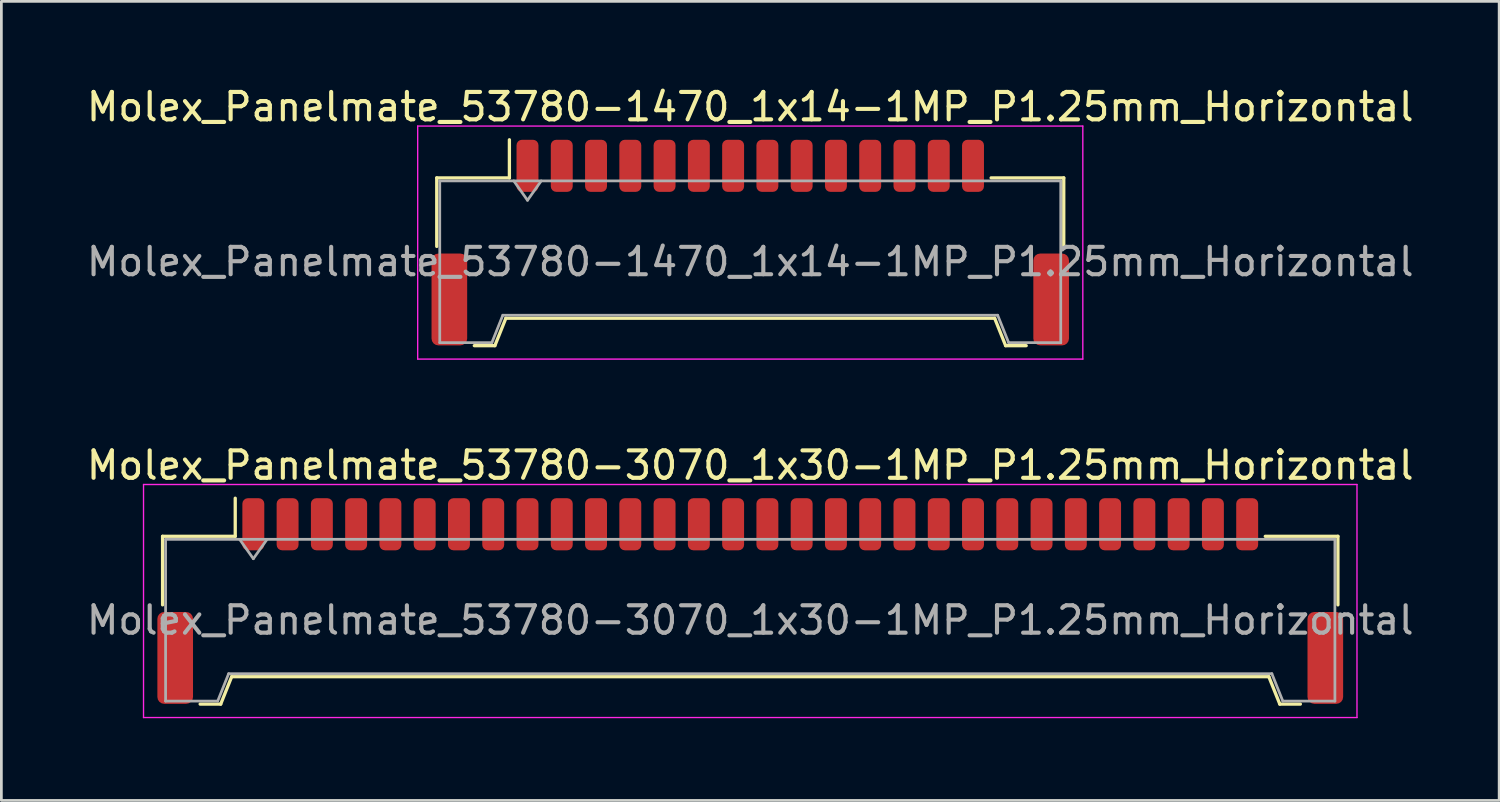
<source format=kicad_pcb>
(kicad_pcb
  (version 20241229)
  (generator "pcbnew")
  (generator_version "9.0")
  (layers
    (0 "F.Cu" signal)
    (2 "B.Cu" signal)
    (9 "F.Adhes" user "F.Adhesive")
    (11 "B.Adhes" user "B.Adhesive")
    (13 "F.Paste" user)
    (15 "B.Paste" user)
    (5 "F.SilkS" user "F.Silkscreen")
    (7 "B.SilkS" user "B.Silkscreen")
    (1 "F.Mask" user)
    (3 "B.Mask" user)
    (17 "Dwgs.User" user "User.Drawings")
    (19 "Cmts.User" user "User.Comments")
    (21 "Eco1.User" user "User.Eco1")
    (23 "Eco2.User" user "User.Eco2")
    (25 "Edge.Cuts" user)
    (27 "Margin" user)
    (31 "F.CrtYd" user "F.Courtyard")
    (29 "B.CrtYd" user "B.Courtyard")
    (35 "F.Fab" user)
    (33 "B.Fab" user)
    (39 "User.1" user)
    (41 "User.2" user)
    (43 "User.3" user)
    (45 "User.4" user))
  (footprint "Molex_Panelmate_53780-1470_1x14-1MP_P1.25mm_Horizontal"
    (layer "F.Cu")
    (at 24.315 5.798)
    (property "Reference" "Molex_Panelmate_53780-1470_1x14-1MP_P1.25mm_Horizontal" (at 0 -4.95 0) (layer "F.SilkS") (effects (font (size 1 1) (thickness 0.15))))
    (attr smd)
    (fp_line (start -11.435 -2.36) (end -8.785 -2.36) (stroke (width 0.12) (type solid)) (layer "F.SilkS"))
    (fp_line (start -11.435 0.14) (end -11.435 -2.36) (stroke (width 0.12) (type solid)) (layer "F.SilkS"))
    (fp_line (start -10.065 3.76) (end -9.315 3.76) (stroke (width 0.12) (type solid)) (layer "F.SilkS"))
    (fp_line (start -9.315 3.76) (end -8.915 2.76) (stroke (width 0.12) (type solid)) (layer "F.SilkS"))
    (fp_line (start -8.915 2.76) (end 8.915 2.76) (stroke (width 0.12) (type solid)) (layer "F.SilkS"))
    (fp_line (start -8.785 -2.36) (end -8.785 -3.75) (stroke (width 0.12) (type solid)) (layer "F.SilkS"))
    (fp_line (start 8.915 2.76) (end 9.315 3.76) (stroke (width 0.12) (type solid)) (layer "F.SilkS"))
    (fp_line (start 9.315 3.76) (end 10.065 3.76) (stroke (width 0.12) (type solid)) (layer "F.SilkS"))
    (fp_line (start 11.435 -2.36) (end 8.785 -2.36) (stroke (width 0.12) (type solid)) (layer "F.SilkS"))
    (fp_line (start 11.435 0.14) (end 11.435 -2.36) (stroke (width 0.12) (type solid)) (layer "F.SilkS"))
    (fp_line (start -12.13 -4.25) (end -12.13 4.25) (stroke (width 0.05) (type solid)) (layer "F.CrtYd"))
    (fp_line (start -12.13 4.25) (end 12.13 4.25) (stroke (width 0.05) (type solid)) (layer "F.CrtYd"))
    (fp_line (start 12.13 -4.25) (end -12.13 -4.25) (stroke (width 0.05) (type solid)) (layer "F.CrtYd"))
    (fp_line (start 12.13 4.25) (end 12.13 -4.25) (stroke (width 0.05) (type solid)) (layer "F.CrtYd"))
    (fp_line (start -11.325 -2.25) (end -11.325 3.65) (stroke (width 0.1) (type solid)) (layer "F.Fab"))
    (fp_line (start -11.325 -2.25) (end 11.325 -2.25) (stroke (width 0.1) (type solid)) (layer "F.Fab"))
    (fp_line (start -11.325 3.65) (end -9.425 3.65) (stroke (width 0.1) (type solid)) (layer "F.Fab"))
    (fp_line (start -9.425 3.65) (end -9.025 2.65) (stroke (width 0.1) (type solid)) (layer "F.Fab"))
    (fp_line (start -9.025 2.65) (end 9.025 2.65) (stroke (width 0.1) (type solid)) (layer "F.Fab"))
    (fp_line (start -8.625 -2.25) (end -8.125 -1.543) (stroke (width 0.1) (type solid)) (layer "F.Fab"))
    (fp_line (start -8.125 -1.543) (end -7.625 -2.25) (stroke (width 0.1) (type solid)) (layer "F.Fab"))
    (fp_line (start 9.025 2.65) (end 9.425 3.65) (stroke (width 0.1) (type solid)) (layer "F.Fab"))
    (fp_line (start 9.425 3.65) (end 11.325 3.65) (stroke (width 0.1) (type solid)) (layer "F.Fab"))
    (fp_line (start 11.325 -2.25) (end 11.325 3.65) (stroke (width 0.1) (type solid)) (layer "F.Fab"))
    (fp_text user "${REFERENCE}" (at 0 0.7 0) (layer "F.Fab") (effects (font (size 1 1) (thickness 0.15))))
    (pad "1" smd roundrect (at -8.125 -2.8) (size 0.8 1.9) (layers "F.Cu" "F.Mask" "F.Paste") (roundrect_rratio 0.25))
    (pad "2" smd roundrect (at -6.875 -2.8) (size 0.8 1.9) (layers "F.Cu" "F.Mask" "F.Paste") (roundrect_rratio 0.25))
    (pad "3" smd roundrect (at -5.625 -2.8) (size 0.8 1.9) (layers "F.Cu" "F.Mask" "F.Paste") (roundrect_rratio 0.25))
    (pad "4" smd roundrect (at -4.375 -2.8) (size 0.8 1.9) (layers "F.Cu" "F.Mask" "F.Paste") (roundrect_rratio 0.25))
    (pad "5" smd roundrect (at -3.125 -2.8) (size 0.8 1.9) (layers "F.Cu" "F.Mask" "F.Paste") (roundrect_rratio 0.25))
    (pad "6" smd roundrect (at -1.875 -2.8) (size 0.8 1.9) (layers "F.Cu" "F.Mask" "F.Paste") (roundrect_rratio 0.25))
    (pad "7" smd roundrect (at -0.625 -2.8) (size 0.8 1.9) (layers "F.Cu" "F.Mask" "F.Paste") (roundrect_rratio 0.25))
    (pad "8" smd roundrect (at 0.625 -2.8) (size 0.8 1.9) (layers "F.Cu" "F.Mask" "F.Paste") (roundrect_rratio 0.25))
    (pad "9" smd roundrect (at 1.875 -2.8) (size 0.8 1.9) (layers "F.Cu" "F.Mask" "F.Paste") (roundrect_rratio 0.25))
    (pad "10" smd roundrect (at 3.125 -2.8) (size 0.8 1.9) (layers "F.Cu" "F.Mask" "F.Paste") (roundrect_rratio 0.25))
    (pad "11" smd roundrect (at 4.375 -2.8) (size 0.8 1.9) (layers "F.Cu" "F.Mask" "F.Paste") (roundrect_rratio 0.25))
    (pad "12" smd roundrect (at 5.625 -2.8) (size 0.8 1.9) (layers "F.Cu" "F.Mask" "F.Paste") (roundrect_rratio 0.25))
    (pad "13" smd roundrect (at 6.875 -2.8) (size 0.8 1.9) (layers "F.Cu" "F.Mask" "F.Paste") (roundrect_rratio 0.25))
    (pad "14" smd roundrect (at 8.125 -2.8) (size 0.8 1.9) (layers "F.Cu" "F.Mask" "F.Paste") (roundrect_rratio 0.25))
    (pad "MP" smd roundrect (at -10.975 2.075) (size 1.3 3.35) (layers "F.Cu" "F.Mask" "F.Paste") (roundrect_rratio 0.192))
    (pad "MP" smd roundrect (at 10.975 2.075) (size 1.3 3.35) (layers "F.Cu" "F.Mask" "F.Paste") (roundrect_rratio 0.192)))
  (footprint "Molex_Panelmate_53780-3070_1x30-1MP_P1.25mm_Horizontal"
    (layer "F.Cu")
    (at 24.315 18.872)
    (property "Reference" "Molex_Panelmate_53780-3070_1x30-1MP_P1.25mm_Horizontal" (at 0 -4.95 0) (layer "F.SilkS") (effects (font (size 1 1) (thickness 0.15))))
    (attr smd)
    (fp_line (start -21.435 -2.36) (end -18.785 -2.36) (stroke (width 0.12) (type solid)) (layer "F.SilkS"))
    (fp_line (start -21.435 0.14) (end -21.435 -2.36) (stroke (width 0.12) (type solid)) (layer "F.SilkS"))
    (fp_line (start -20.065 3.76) (end -19.315 3.76) (stroke (width 0.12) (type solid)) (layer "F.SilkS"))
    (fp_line (start -19.315 3.76) (end -18.915 2.76) (stroke (width 0.12) (type solid)) (layer "F.SilkS"))
    (fp_line (start -18.915 2.76) (end 18.915 2.76) (stroke (width 0.12) (type solid)) (layer "F.SilkS"))
    (fp_line (start -18.785 -2.36) (end -18.785 -3.75) (stroke (width 0.12) (type solid)) (layer "F.SilkS"))
    (fp_line (start 18.915 2.76) (end 19.315 3.76) (stroke (width 0.12) (type solid)) (layer "F.SilkS"))
    (fp_line (start 19.315 3.76) (end 20.065 3.76) (stroke (width 0.12) (type solid)) (layer "F.SilkS"))
    (fp_line (start 21.435 -2.36) (end 18.785 -2.36) (stroke (width 0.12) (type solid)) (layer "F.SilkS"))
    (fp_line (start 21.435 0.14) (end 21.435 -2.36) (stroke (width 0.12) (type solid)) (layer "F.SilkS"))
    (fp_line (start -22.13 -4.25) (end -22.13 4.25) (stroke (width 0.05) (type solid)) (layer "F.CrtYd"))
    (fp_line (start -22.13 4.25) (end 22.13 4.25) (stroke (width 0.05) (type solid)) (layer "F.CrtYd"))
    (fp_line (start 22.13 -4.25) (end -22.13 -4.25) (stroke (width 0.05) (type solid)) (layer "F.CrtYd"))
    (fp_line (start 22.13 4.25) (end 22.13 -4.25) (stroke (width 0.05) (type solid)) (layer "F.CrtYd"))
    (fp_line (start -21.325 -2.25) (end -21.325 3.65) (stroke (width 0.1) (type solid)) (layer "F.Fab"))
    (fp_line (start -21.325 -2.25) (end 21.325 -2.25) (stroke (width 0.1) (type solid)) (layer "F.Fab"))
    (fp_line (start -21.325 3.65) (end -19.425 3.65) (stroke (width 0.1) (type solid)) (layer "F.Fab"))
    (fp_line (start -19.425 3.65) (end -19.025 2.65) (stroke (width 0.1) (type solid)) (layer "F.Fab"))
    (fp_line (start -19.025 2.65) (end 19.025 2.65) (stroke (width 0.1) (type solid)) (layer "F.Fab"))
    (fp_line (start -18.625 -2.25) (end -18.125 -1.543) (stroke (width 0.1) (type solid)) (layer "F.Fab"))
    (fp_line (start -18.125 -1.543) (end -17.625 -2.25) (stroke (width 0.1) (type solid)) (layer "F.Fab"))
    (fp_line (start 19.025 2.65) (end 19.425 3.65) (stroke (width 0.1) (type solid)) (layer "F.Fab"))
    (fp_line (start 19.425 3.65) (end 21.325 3.65) (stroke (width 0.1) (type solid)) (layer "F.Fab"))
    (fp_line (start 21.325 -2.25) (end 21.325 3.65) (stroke (width 0.1) (type solid)) (layer "F.Fab"))
    (fp_text user "${REFERENCE}" (at 0 0.7 0) (layer "F.Fab") (effects (font (size 1 1) (thickness 0.15))))
    (pad "1" smd roundrect (at -18.125 -2.8) (size 0.8 1.9) (layers "F.Cu" "F.Mask" "F.Paste") (roundrect_rratio 0.25))
    (pad "2" smd roundrect (at -16.875 -2.8) (size 0.8 1.9) (layers "F.Cu" "F.Mask" "F.Paste") (roundrect_rratio 0.25))
    (pad "3" smd roundrect (at -15.625 -2.8) (size 0.8 1.9) (layers "F.Cu" "F.Mask" "F.Paste") (roundrect_rratio 0.25))
    (pad "4" smd roundrect (at -14.375 -2.8) (size 0.8 1.9) (layers "F.Cu" "F.Mask" "F.Paste") (roundrect_rratio 0.25))
    (pad "5" smd roundrect (at -13.125 -2.8) (size 0.8 1.9) (layers "F.Cu" "F.Mask" "F.Paste") (roundrect_rratio 0.25))
    (pad "6" smd roundrect (at -11.875 -2.8) (size 0.8 1.9) (layers "F.Cu" "F.Mask" "F.Paste") (roundrect_rratio 0.25))
    (pad "7" smd roundrect (at -10.625 -2.8) (size 0.8 1.9) (layers "F.Cu" "F.Mask" "F.Paste") (roundrect_rratio 0.25))
    (pad "8" smd roundrect (at -9.375 -2.8) (size 0.8 1.9) (layers "F.Cu" "F.Mask" "F.Paste") (roundrect_rratio 0.25))
    (pad "9" smd roundrect (at -8.125 -2.8) (size 0.8 1.9) (layers "F.Cu" "F.Mask" "F.Paste") (roundrect_rratio 0.25))
    (pad "10" smd roundrect (at -6.875 -2.8) (size 0.8 1.9) (layers "F.Cu" "F.Mask" "F.Paste") (roundrect_rratio 0.25))
    (pad "11" smd roundrect (at -5.625 -2.8) (size 0.8 1.9) (layers "F.Cu" "F.Mask" "F.Paste") (roundrect_rratio 0.25))
    (pad "12" smd roundrect (at -4.375 -2.8) (size 0.8 1.9) (layers "F.Cu" "F.Mask" "F.Paste") (roundrect_rratio 0.25))
    (pad "13" smd roundrect (at -3.125 -2.8) (size 0.8 1.9) (layers "F.Cu" "F.Mask" "F.Paste") (roundrect_rratio 0.25))
    (pad "14" smd roundrect (at -1.875 -2.8) (size 0.8 1.9) (layers "F.Cu" "F.Mask" "F.Paste") (roundrect_rratio 0.25))
    (pad "15" smd roundrect (at -0.625 -2.8) (size 0.8 1.9) (layers "F.Cu" "F.Mask" "F.Paste") (roundrect_rratio 0.25))
    (pad "16" smd roundrect (at 0.625 -2.8) (size 0.8 1.9) (layers "F.Cu" "F.Mask" "F.Paste") (roundrect_rratio 0.25))
    (pad "17" smd roundrect (at 1.875 -2.8) (size 0.8 1.9) (layers "F.Cu" "F.Mask" "F.Paste") (roundrect_rratio 0.25))
    (pad "18" smd roundrect (at 3.125 -2.8) (size 0.8 1.9) (layers "F.Cu" "F.Mask" "F.Paste") (roundrect_rratio 0.25))
    (pad "19" smd roundrect (at 4.375 -2.8) (size 0.8 1.9) (layers "F.Cu" "F.Mask" "F.Paste") (roundrect_rratio 0.25))
    (pad "20" smd roundrect (at 5.625 -2.8) (size 0.8 1.9) (layers "F.Cu" "F.Mask" "F.Paste") (roundrect_rratio 0.25))
    (pad "21" smd roundrect (at 6.875 -2.8) (size 0.8 1.9) (layers "F.Cu" "F.Mask" "F.Paste") (roundrect_rratio 0.25))
    (pad "22" smd roundrect (at 8.125 -2.8) (size 0.8 1.9) (layers "F.Cu" "F.Mask" "F.Paste") (roundrect_rratio 0.25))
    (pad "23" smd roundrect (at 9.375 -2.8) (size 0.8 1.9) (layers "F.Cu" "F.Mask" "F.Paste") (roundrect_rratio 0.25))
    (pad "24" smd roundrect (at 10.625 -2.8) (size 0.8 1.9) (layers "F.Cu" "F.Mask" "F.Paste") (roundrect_rratio 0.25))
    (pad "25" smd roundrect (at 11.875 -2.8) (size 0.8 1.9) (layers "F.Cu" "F.Mask" "F.Paste") (roundrect_rratio 0.25))
    (pad "26" smd roundrect (at 13.125 -2.8) (size 0.8 1.9) (layers "F.Cu" "F.Mask" "F.Paste") (roundrect_rratio 0.25))
    (pad "27" smd roundrect (at 14.375 -2.8) (size 0.8 1.9) (layers "F.Cu" "F.Mask" "F.Paste") (roundrect_rratio 0.25))
    (pad "28" smd roundrect (at 15.625 -2.8) (size 0.8 1.9) (layers "F.Cu" "F.Mask" "F.Paste") (roundrect_rratio 0.25))
    (pad "29" smd roundrect (at 16.875 -2.8) (size 0.8 1.9) (layers "F.Cu" "F.Mask" "F.Paste") (roundrect_rratio 0.25))
    (pad "30" smd roundrect (at 18.125 -2.8) (size 0.8 1.9) (layers "F.Cu" "F.Mask" "F.Paste") (roundrect_rratio 0.25))
    (pad "MP" smd roundrect (at -20.975 2.075) (size 1.3 3.35) (layers "F.Cu" "F.Mask" "F.Paste") (roundrect_rratio 0.192))
    (pad "MP" smd roundrect (at 20.975 2.075) (size 1.3 3.35) (layers "F.Cu" "F.Mask" "F.Paste") (roundrect_rratio 0.192)))
  (gr_rect
    (start -3 -3)
    (end 51.631 26.146)
    (stroke (width 0.1) (type default))
    (fill no)
    (layer "Edge.Cuts")))
</source>
